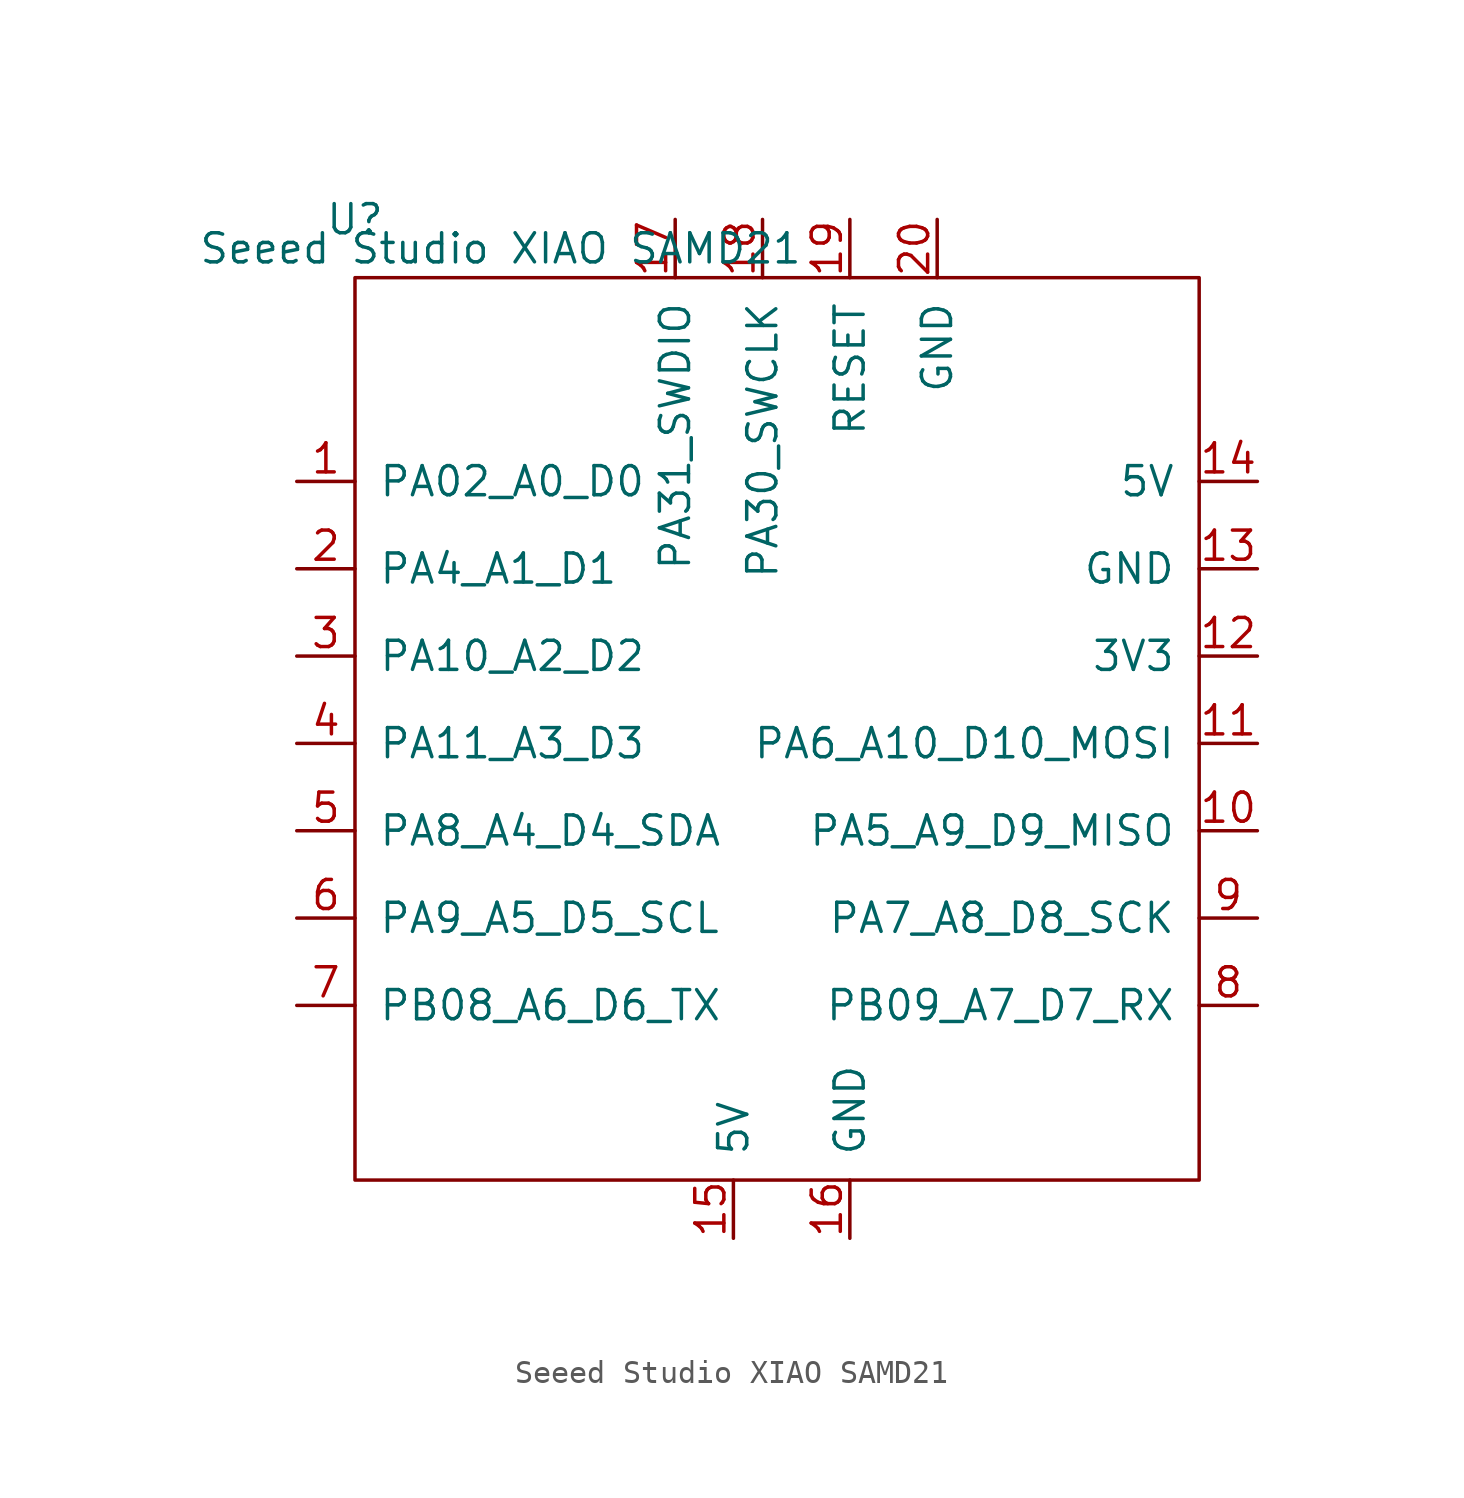
<source format=kicad_sym>
(kicad_symbol_lib
  (version 20211014)
  (generator kicad_symbol_editor)
  (symbol "Seeed Studio XIAO SAMD21"
    (pin_names
      (offset 1.016))
    (property "Reference" "U"
      (at -19.05 22.86 0)
      (effects (font (size 1.27 1.27))))
    (property "Value" "Seeed Studio XIAO SAMD21"
      (at -12.7 21.59 0)
      (effects (font (size 1.27 1.27))))
    (symbol "Seeed Studio XIAO SAMD21_0_1"
      (rectangle (start -19.05 20.32) (end 17.78 -19.05) (stroke (width 0) (type default) (color 0 0 0 0)) (fill (type none))))
    (symbol "Seeed Studio XIAO SAMD21_1_1"
      (pin bidirectional line (at -21.59 11.43 0) (length 2.54) (name "PA02_A0_D0" (effects (font (size 1.27 1.27)))) (number "1" (effects (font (size 1.27 1.27)))))
      (pin bidirectional line (at 20.32 -3.81 180) (length 2.54) (name "PA5_A9_D9_MISO" (effects (font (size 1.27 1.27)))) (number "10" (effects (font (size 1.27 1.27)))))
      (pin bidirectional line (at 20.32 0 180) (length 2.54) (name "PA6_A10_D10_MOSI" (effects (font (size 1.27 1.27)))) (number "11" (effects (font (size 1.27 1.27)))))
      (pin unspecified line (at 20.32 3.81 180) (length 2.54) (name "3V3" (effects (font (size 1.27 1.27)))) (number "12" (effects (font (size 1.27 1.27)))))
      (pin power_in line (at 20.32 7.62 180) (length 2.54) (name "GND" (effects (font (size 1.27 1.27)))) (number "13" (effects (font (size 1.27 1.27)))))
      (pin power_in line (at 20.32 11.43 180) (length 2.54) (name "5V" (effects (font (size 1.27 1.27)))) (number "14" (effects (font (size 1.27 1.27)))))
      (pin input line (at -2.54 -21.59 90) (length 2.54) (name "5V" (effects (font (size 1.27 1.27)))) (number "15" (effects (font (size 1.27 1.27)))))
      (pin input line (at 2.54 -21.59 90) (length 2.54) (name "GND" (effects (font (size 1.27 1.27)))) (number "16" (effects (font (size 1.27 1.27)))))
      (pin input line (at -5.08 22.86 270) (length 2.54) (name "PA31_SWDIO" (effects (font (size 1.27 1.27)))) (number "17" (effects (font (size 1.27 1.27)))))
      (pin input line (at -1.27 22.86 270) (length 2.54) (name "PA30_SWCLK" (effects (font (size 1.27 1.27)))) (number "18" (effects (font (size 1.27 1.27)))))
      (pin input line (at 2.54 22.86 270) (length 2.54) (name "RESET" (effects (font (size 1.27 1.27)))) (number "19" (effects (font (size 1.27 1.27)))))
      (pin bidirectional line (at -21.59 7.62 0) (length 2.54) (name "PA4_A1_D1" (effects (font (size 1.27 1.27)))) (number "2" (effects (font (size 1.27 1.27)))))
      (pin input line (at 6.35 22.86 270) (length 2.54) (name "GND" (effects (font (size 1.27 1.27)))) (number "20" (effects (font (size 1.27 1.27)))))
      (pin bidirectional line (at -21.59 3.81 0) (length 2.54) (name "PA10_A2_D2" (effects (font (size 1.27 1.27)))) (number "3" (effects (font (size 1.27 1.27)))))
      (pin bidirectional line (at -21.59 0 0) (length 2.54) (name "PA11_A3_D3" (effects (font (size 1.27 1.27)))) (number "4" (effects (font (size 1.27 1.27)))))
      (pin bidirectional line (at -21.59 -3.81 0) (length 2.54) (name "PA8_A4_D4_SDA" (effects (font (size 1.27 1.27)))) (number "5" (effects (font (size 1.27 1.27)))))
      (pin bidirectional line (at -21.59 -7.62 0) (length 2.54) (name "PA9_A5_D5_SCL" (effects (font (size 1.27 1.27)))) (number "6" (effects (font (size 1.27 1.27)))))
      (pin bidirectional line (at -21.59 -11.43 0) (length 2.54) (name "PB08_A6_D6_TX" (effects (font (size 1.27 1.27)))) (number "7" (effects (font (size 1.27 1.27)))))
      (pin bidirectional line (at 20.32 -11.43 180) (length 2.54) (name "PB09_A7_D7_RX" (effects (font (size 1.27 1.27)))) (number "8" (effects (font (size 1.27 1.27)))))
      (pin bidirectional line (at 20.32 -7.62 180) (length 2.54) (name "PA7_A8_D8_SCK" (effects (font (size 1.27 1.27)))) (number "9" (effects (font (size 1.27 1.27))))))))
</source>
